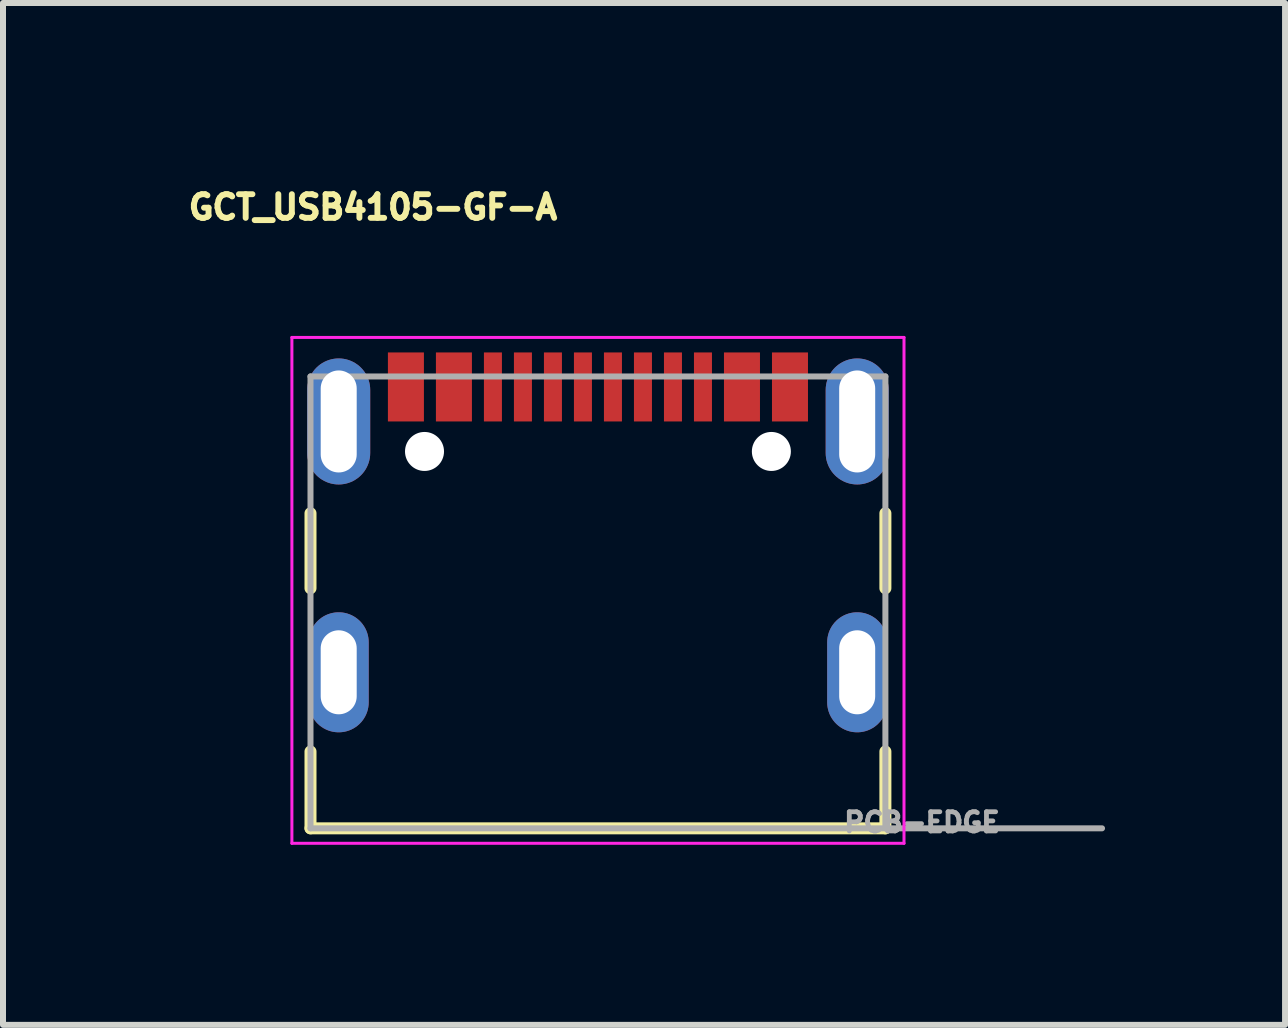
<source format=kicad_pcb>
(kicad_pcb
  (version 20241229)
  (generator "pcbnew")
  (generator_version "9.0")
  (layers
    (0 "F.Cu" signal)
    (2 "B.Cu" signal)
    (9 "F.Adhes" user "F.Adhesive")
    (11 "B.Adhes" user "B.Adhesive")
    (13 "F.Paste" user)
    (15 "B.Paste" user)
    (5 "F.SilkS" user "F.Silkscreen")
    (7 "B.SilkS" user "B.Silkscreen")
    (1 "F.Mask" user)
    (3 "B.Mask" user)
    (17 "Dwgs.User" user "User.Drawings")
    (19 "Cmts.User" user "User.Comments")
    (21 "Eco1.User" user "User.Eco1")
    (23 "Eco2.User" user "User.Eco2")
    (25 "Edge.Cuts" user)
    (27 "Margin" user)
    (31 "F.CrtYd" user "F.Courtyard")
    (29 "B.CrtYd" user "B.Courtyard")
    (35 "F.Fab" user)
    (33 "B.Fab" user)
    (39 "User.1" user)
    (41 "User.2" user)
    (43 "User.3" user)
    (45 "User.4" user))
  (footprint "GCT_USB4105-GF-A"
    (layer "F.Cu")
    (at 6.914 8.153)
    (property "Reference" "GCT_USB4105-GF-A" (at -3.75 -7.75 0) (layer "F.SilkS") (effects (font (size 0.394 0.394) (thickness 0.15))))
    (attr through_hole)
    (fp_line (start -4.79 -2.65) (end -4.79 -1.4) (stroke (width 0.2) (type solid)) (layer "F.SilkS"))
    (fp_line (start -4.79 1.32) (end -4.79 2.6) (stroke (width 0.2) (type solid)) (layer "F.SilkS"))
    (fp_line (start -4.79 2.6) (end 4.79 2.6) (stroke (width 0.2) (type solid)) (layer "F.SilkS"))
    (fp_line (start 4.79 -2.65) (end 4.79 -1.4) (stroke (width 0.2) (type solid)) (layer "F.SilkS"))
    (fp_line (start 4.79 2.6) (end 4.79 1.32) (stroke (width 0.2) (type solid)) (layer "F.SilkS"))
    (fp_line (start -5.1 -5.58) (end -5.1 2.85) (stroke (width 0.05) (type solid)) (layer "F.CrtYd"))
    (fp_line (start -5.1 2.85) (end 5.1 2.85) (stroke (width 0.05) (type solid)) (layer "F.CrtYd"))
    (fp_line (start 5.1 -5.58) (end -5.1 -5.58) (stroke (width 0.05) (type solid)) (layer "F.CrtYd"))
    (fp_line (start 5.1 2.85) (end 5.1 -5.58) (stroke (width 0.05) (type solid)) (layer "F.CrtYd"))
    (fp_line (start -4.79 -4.93) (end 4.79 -4.93) (stroke (width 0.1) (type solid)) (layer "F.Fab"))
    (fp_line (start -4.79 2.6) (end -4.79 -4.93) (stroke (width 0.1) (type solid)) (layer "F.Fab"))
    (fp_line (start 4.79 -4.93) (end 4.79 2.6) (stroke (width 0.1) (type solid)) (layer "F.Fab"))
    (fp_line (start 4.79 2.6) (end -4.79 2.6) (stroke (width 0.1) (type solid)) (layer "F.Fab"))
    (fp_line (start 4.8 2.6) (end 8.4 2.6) (stroke (width 0.1) (type solid)) (layer "F.Fab"))
    (fp_text user "PCB-EDGE" (at 5.4 2.5 0) (layer "F.Fab") (effects (font (size 0.32 0.32) (thickness 0.15))))
    (pad "" np_thru_hole circle (at -2.89 -3.68) (size 0.65 0.65) (drill 0.65) (layers "*.Cu" "*.Mask"))
    (pad "" np_thru_hole circle (at 2.89 -3.68) (size 0.65 0.65) (drill 0.65) (layers "*.Cu" "*.Mask"))
    (pad "A1_B12" smd rect (at -3.2 -4.755) (size 0.6 1.15) (layers "F.Cu" "F.Mask" "F.Paste"))
    (pad "A4_B9" smd rect (at -2.4 -4.755) (size 0.6 1.15) (layers "F.Cu" "F.Mask" "F.Paste"))
    (pad "A5" smd rect (at -1.25 -4.755) (size 0.3 1.15) (layers "F.Cu" "F.Mask" "F.Paste"))
    (pad "A6" smd rect (at -0.25 -4.755) (size 0.3 1.15) (layers "F.Cu" "F.Mask" "F.Paste"))
    (pad "A7" smd rect (at 0.25 -4.755) (size 0.3 1.15) (layers "F.Cu" "F.Mask" "F.Paste"))
    (pad "A8" smd rect (at 1.25 -4.755) (size 0.3 1.15) (layers "F.Cu" "F.Mask" "F.Paste"))
    (pad "B1_A12" smd rect (at 3.2 -4.755) (size 0.6 1.15) (layers "F.Cu" "F.Mask" "F.Paste"))
    (pad "B4_A9" smd rect (at 2.4 -4.755) (size 0.6 1.15) (layers "F.Cu" "F.Mask" "F.Paste"))
    (pad "B5" smd rect (at 1.75 -4.755) (size 0.3 1.15) (layers "F.Cu" "F.Mask" "F.Paste"))
    (pad "B6" smd rect (at 0.75 -4.755) (size 0.3 1.15) (layers "F.Cu" "F.Mask" "F.Paste"))
    (pad "B7" smd rect (at -0.75 -4.755) (size 0.3 1.15) (layers "F.Cu" "F.Mask" "F.Paste"))
    (pad "B8" smd rect (at -1.75 -4.755) (size 0.3 1.15) (layers "F.Cu" "F.Mask" "F.Paste"))
    (pad "S1" thru_hole oval (at -4.32 -4.18) (size 1.05 2.1) (drill oval 0.6 1.7) (layers "*.Cu" "*.Mask"))
    (pad "S2" thru_hole oval (at -4.32 0) (size 1 2) (drill oval 0.6 1.4) (layers "*.Cu" "*.Mask"))
    (pad "S3" thru_hole oval (at 4.32 0) (size 1 2) (drill oval 0.6 1.4) (layers "*.Cu" "*.Mask"))
    (pad "S4" thru_hole oval (at 4.32 -4.18) (size 1.05 2.1) (drill oval 0.6 1.7) (layers "*.Cu" "*.Mask")))
  (gr_rect
    (start -3 -3)
    (end 18.364 14.028)
    (stroke (width 0.1) (type default))
    (fill no)
    (layer "Edge.Cuts")))
</source>
